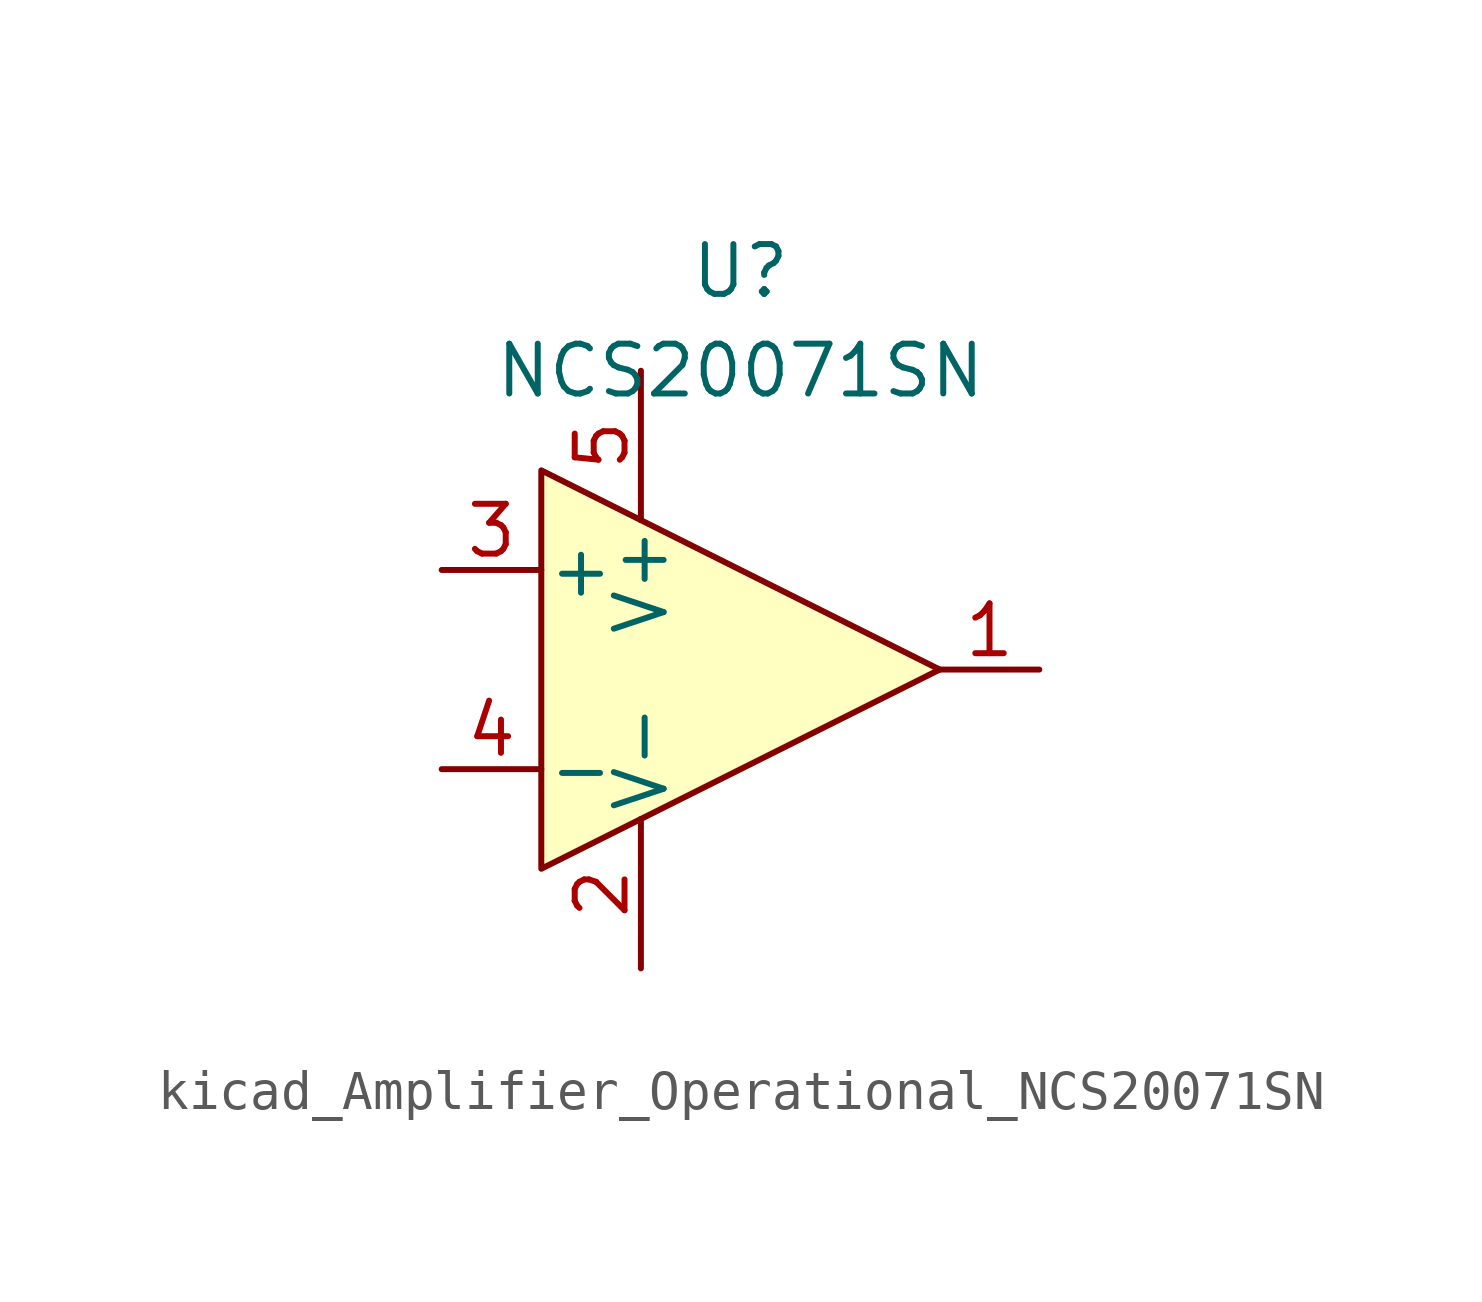
<source format=kicad_sym>
(kicad_symbol_lib
  (version 20220914)
  (generator kicad_symbol_editor)
  (symbol "kicad_Amplifier_Operational_NCS20071SN"
    (pin_names
      (offset 0.127))
    (property "Reference" "U"
      (at 0 10.16 0)
      (effects (font (size 1.27 1.27))))
    (property "Value" "NCS20071SN"
      (at 0 7.62 0)
      (effects (font (size 1.27 1.27))))
    (symbol "kicad_Amplifier_Operational_NCS20071SN_1_1"
      (polyline (pts (xy 5.08 0) (xy -5.08 5.08) (xy -5.08 -5.08) (xy 5.08 0)) (stroke (width 0) (type default)) (fill (type background)))
      (pin output line (at 7.62 0 180) (length 2.54) (name "~" (effects (font (size 1.27 1.27)))) (number "1" (effects (font (size 1.27 1.27)))))
      (pin power_in line (at -2.54 -7.62 90) (length 3.81) (name "V-" (effects (font (size 1.27 1.27)))) (number "2" (effects (font (size 1.27 1.27)))))
      (pin input line (at -7.62 2.54 0) (length 2.54) (name "+" (effects (font (size 1.27 1.27)))) (number "3" (effects (font (size 1.27 1.27)))))
      (pin input line (at -7.62 -2.54 0) (length 2.54) (name "-" (effects (font (size 1.27 1.27)))) (number "4" (effects (font (size 1.27 1.27)))))
      (pin power_in line (at -2.54 7.62 270) (length 3.81) (name "V+" (effects (font (size 1.27 1.27)))) (number "5" (effects (font (size 1.27 1.27))))))))
</source>
